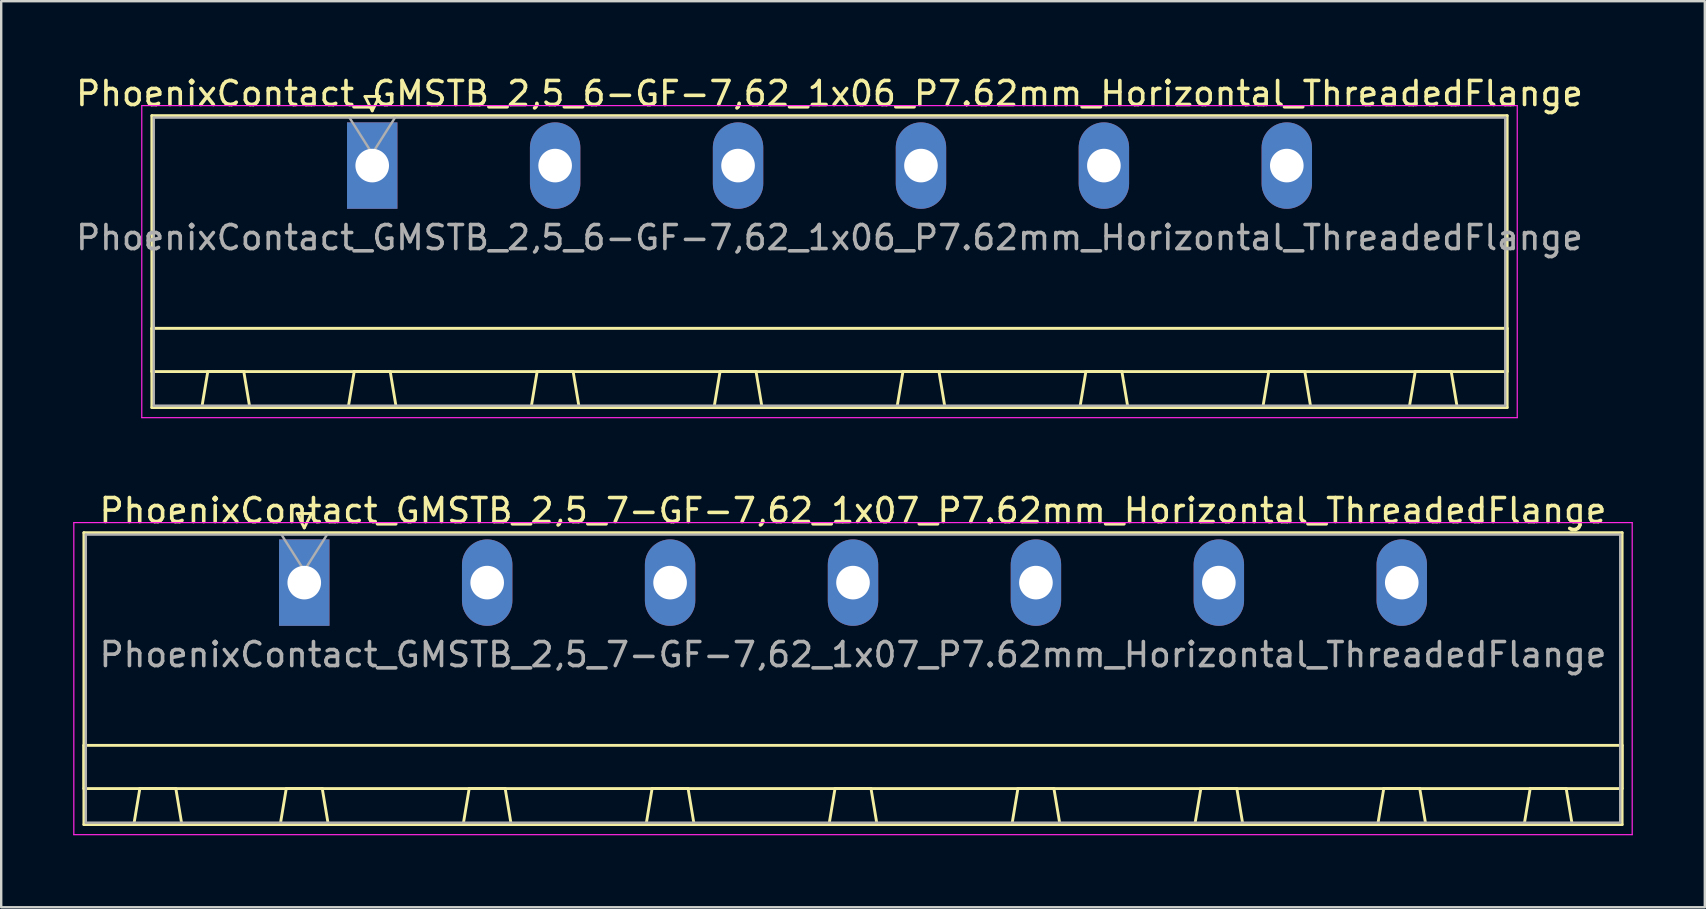
<source format=kicad_pcb>
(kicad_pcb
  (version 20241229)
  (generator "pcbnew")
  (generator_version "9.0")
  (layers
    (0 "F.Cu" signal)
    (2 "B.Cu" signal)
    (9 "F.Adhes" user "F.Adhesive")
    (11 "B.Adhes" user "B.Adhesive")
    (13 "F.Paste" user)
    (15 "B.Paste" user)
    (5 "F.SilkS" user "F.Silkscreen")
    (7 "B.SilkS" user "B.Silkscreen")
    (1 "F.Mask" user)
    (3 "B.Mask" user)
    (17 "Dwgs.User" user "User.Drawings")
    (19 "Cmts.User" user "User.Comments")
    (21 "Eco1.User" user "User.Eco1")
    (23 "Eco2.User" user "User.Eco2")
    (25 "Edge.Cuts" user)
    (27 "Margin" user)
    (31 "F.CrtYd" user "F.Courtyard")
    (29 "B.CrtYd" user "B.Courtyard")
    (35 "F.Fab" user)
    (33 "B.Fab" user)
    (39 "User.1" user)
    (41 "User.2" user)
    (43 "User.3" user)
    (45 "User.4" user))
  (footprint "PhoenixContact_GMSTB_2,5_6-GF-7,62_1x06_P7.62mm_Horizontal_ThreadedFlange"
    (layer "F.Cu")
    (at 12.456 3.848)
    (property "Reference" "PhoenixContact_GMSTB_2,5_6-GF-7,62_1x06_P7.62mm_Horizontal_ThreadedFlange" (at 19.05 -3 0) (layer "F.SilkS") (effects (font (size 1 1) (thickness 0.15))))
    (attr through_hole)
    (fp_line (start -9.18 -2.08) (end -9.18 10.08) (stroke (width 0.12) (type solid)) (layer "F.SilkS"))
    (fp_line (start -9.18 6.78) (end 47.28 6.78) (stroke (width 0.12) (type solid)) (layer "F.SilkS"))
    (fp_line (start -9.18 8.58) (end -9.18 6.78) (stroke (width 0.12) (type solid)) (layer "F.SilkS"))
    (fp_line (start -9.18 10.08) (end 47.28 10.08) (stroke (width 0.12) (type solid)) (layer "F.SilkS"))
    (fp_line (start -7.1 10.08) (end -5.1 10.08) (stroke (width 0.12) (type solid)) (layer "F.SilkS"))
    (fp_line (start -6.85 8.58) (end -7.1 10.08) (stroke (width 0.12) (type solid)) (layer "F.SilkS"))
    (fp_line (start -5.35 8.58) (end -6.85 8.58) (stroke (width 0.12) (type solid)) (layer "F.SilkS"))
    (fp_line (start -5.1 10.08) (end -5.35 8.58) (stroke (width 0.12) (type solid)) (layer "F.SilkS"))
    (fp_line (start -1 10.08) (end 1 10.08) (stroke (width 0.12) (type solid)) (layer "F.SilkS"))
    (fp_line (start -0.75 8.58) (end -1 10.08) (stroke (width 0.12) (type solid)) (layer "F.SilkS"))
    (fp_line (start -0.3 -2.88) (end 0.3 -2.88) (stroke (width 0.12) (type solid)) (layer "F.SilkS"))
    (fp_line (start 0 -2.28) (end -0.3 -2.88) (stroke (width 0.12) (type solid)) (layer "F.SilkS"))
    (fp_line (start 0.3 -2.88) (end 0 -2.28) (stroke (width 0.12) (type solid)) (layer "F.SilkS"))
    (fp_line (start 0.75 8.58) (end -0.75 8.58) (stroke (width 0.12) (type solid)) (layer "F.SilkS"))
    (fp_line (start 1 10.08) (end 0.75 8.58) (stroke (width 0.12) (type solid)) (layer "F.SilkS"))
    (fp_line (start 6.62 10.08) (end 8.62 10.08) (stroke (width 0.12) (type solid)) (layer "F.SilkS"))
    (fp_line (start 6.87 8.58) (end 6.62 10.08) (stroke (width 0.12) (type solid)) (layer "F.SilkS"))
    (fp_line (start 8.37 8.58) (end 6.87 8.58) (stroke (width 0.12) (type solid)) (layer "F.SilkS"))
    (fp_line (start 8.62 10.08) (end 8.37 8.58) (stroke (width 0.12) (type solid)) (layer "F.SilkS"))
    (fp_line (start 14.24 10.08) (end 16.24 10.08) (stroke (width 0.12) (type solid)) (layer "F.SilkS"))
    (fp_line (start 14.49 8.58) (end 14.24 10.08) (stroke (width 0.12) (type solid)) (layer "F.SilkS"))
    (fp_line (start 15.99 8.58) (end 14.49 8.58) (stroke (width 0.12) (type solid)) (layer "F.SilkS"))
    (fp_line (start 16.24 10.08) (end 15.99 8.58) (stroke (width 0.12) (type solid)) (layer "F.SilkS"))
    (fp_line (start 21.86 10.08) (end 23.86 10.08) (stroke (width 0.12) (type solid)) (layer "F.SilkS"))
    (fp_line (start 22.11 8.58) (end 21.86 10.08) (stroke (width 0.12) (type solid)) (layer "F.SilkS"))
    (fp_line (start 23.61 8.58) (end 22.11 8.58) (stroke (width 0.12) (type solid)) (layer "F.SilkS"))
    (fp_line (start 23.86 10.08) (end 23.61 8.58) (stroke (width 0.12) (type solid)) (layer "F.SilkS"))
    (fp_line (start 29.48 10.08) (end 31.48 10.08) (stroke (width 0.12) (type solid)) (layer "F.SilkS"))
    (fp_line (start 29.73 8.58) (end 29.48 10.08) (stroke (width 0.12) (type solid)) (layer "F.SilkS"))
    (fp_line (start 31.23 8.58) (end 29.73 8.58) (stroke (width 0.12) (type solid)) (layer "F.SilkS"))
    (fp_line (start 31.48 10.08) (end 31.23 8.58) (stroke (width 0.12) (type solid)) (layer "F.SilkS"))
    (fp_line (start 37.1 10.08) (end 39.1 10.08) (stroke (width 0.12) (type solid)) (layer "F.SilkS"))
    (fp_line (start 37.35 8.58) (end 37.1 10.08) (stroke (width 0.12) (type solid)) (layer "F.SilkS"))
    (fp_line (start 38.85 8.58) (end 37.35 8.58) (stroke (width 0.12) (type solid)) (layer "F.SilkS"))
    (fp_line (start 39.1 10.08) (end 38.85 8.58) (stroke (width 0.12) (type solid)) (layer "F.SilkS"))
    (fp_line (start 43.2 10.08) (end 45.2 10.08) (stroke (width 0.12) (type solid)) (layer "F.SilkS"))
    (fp_line (start 43.45 8.58) (end 43.2 10.08) (stroke (width 0.12) (type solid)) (layer "F.SilkS"))
    (fp_line (start 44.95 8.58) (end 43.45 8.58) (stroke (width 0.12) (type solid)) (layer "F.SilkS"))
    (fp_line (start 45.2 10.08) (end 44.95 8.58) (stroke (width 0.12) (type solid)) (layer "F.SilkS"))
    (fp_line (start 47.28 -2.08) (end -9.18 -2.08) (stroke (width 0.12) (type solid)) (layer "F.SilkS"))
    (fp_line (start 47.28 6.78) (end 47.28 8.58) (stroke (width 0.12) (type solid)) (layer "F.SilkS"))
    (fp_line (start 47.28 8.58) (end -9.18 8.58) (stroke (width 0.12) (type solid)) (layer "F.SilkS"))
    (fp_line (start 47.28 10.08) (end 47.28 -2.08) (stroke (width 0.12) (type solid)) (layer "F.SilkS"))
    (fp_line (start -9.6 -2.5) (end -9.6 10.5) (stroke (width 0.05) (type solid)) (layer "F.CrtYd"))
    (fp_line (start -9.6 10.5) (end 47.7 10.5) (stroke (width 0.05) (type solid)) (layer "F.CrtYd"))
    (fp_line (start 47.7 -2.5) (end -9.6 -2.5) (stroke (width 0.05) (type solid)) (layer "F.CrtYd"))
    (fp_line (start 47.7 10.5) (end 47.7 -2.5) (stroke (width 0.05) (type solid)) (layer "F.CrtYd"))
    (fp_line (start -9.1 -2) (end -9.1 10) (stroke (width 0.1) (type solid)) (layer "F.Fab"))
    (fp_line (start -9.1 10) (end 47.2 10) (stroke (width 0.1) (type solid)) (layer "F.Fab"))
    (fp_line (start 0 -0.5) (end -0.95 -2) (stroke (width 0.1) (type solid)) (layer "F.Fab"))
    (fp_line (start 0.95 -2) (end 0 -0.5) (stroke (width 0.1) (type solid)) (layer "F.Fab"))
    (fp_line (start 47.2 -2) (end -9.1 -2) (stroke (width 0.1) (type solid)) (layer "F.Fab"))
    (fp_line (start 47.2 10) (end 47.2 -2) (stroke (width 0.1) (type solid)) (layer "F.Fab"))
    (fp_text user "${REFERENCE}" (at 19.05 3 0) (layer "F.Fab") (effects (font (size 1 1) (thickness 0.15))))
    (pad "1" thru_hole rect (at 0 0) (size 2.1 3.6) (drill 1.4) (layers "*.Cu" "*.Mask"))
    (pad "2" thru_hole oval (at 7.62 0) (size 2.1 3.6) (drill 1.4) (layers "*.Cu" "*.Mask"))
    (pad "3" thru_hole oval (at 15.24 0) (size 2.1 3.6) (drill 1.4) (layers "*.Cu" "*.Mask"))
    (pad "4" thru_hole oval (at 22.86 0) (size 2.1 3.6) (drill 1.4) (layers "*.Cu" "*.Mask"))
    (pad "5" thru_hole oval (at 30.48 0) (size 2.1 3.6) (drill 1.4) (layers "*.Cu" "*.Mask"))
    (pad "6" thru_hole oval (at 38.1 0) (size 2.1 3.6) (drill 1.4) (layers "*.Cu" "*.Mask")))
  (footprint "PhoenixContact_GMSTB_2,5_7-GF-7,62_1x07_P7.62mm_Horizontal_ThreadedFlange"
    (layer "F.Cu")
    (at 9.625 21.221)
    (property "Reference" "PhoenixContact_GMSTB_2,5_7-GF-7,62_1x07_P7.62mm_Horizontal_ThreadedFlange" (at 22.86 -3 0) (layer "F.SilkS") (effects (font (size 1 1) (thickness 0.15))))
    (attr through_hole)
    (fp_line (start -9.18 -2.08) (end -9.18 10.08) (stroke (width 0.12) (type solid)) (layer "F.SilkS"))
    (fp_line (start -9.18 6.78) (end 54.9 6.78) (stroke (width 0.12) (type solid)) (layer "F.SilkS"))
    (fp_line (start -9.18 8.58) (end -9.18 6.78) (stroke (width 0.12) (type solid)) (layer "F.SilkS"))
    (fp_line (start -9.18 10.08) (end 54.9 10.08) (stroke (width 0.12) (type solid)) (layer "F.SilkS"))
    (fp_line (start -7.1 10.08) (end -5.1 10.08) (stroke (width 0.12) (type solid)) (layer "F.SilkS"))
    (fp_line (start -6.85 8.58) (end -7.1 10.08) (stroke (width 0.12) (type solid)) (layer "F.SilkS"))
    (fp_line (start -5.35 8.58) (end -6.85 8.58) (stroke (width 0.12) (type solid)) (layer "F.SilkS"))
    (fp_line (start -5.1 10.08) (end -5.35 8.58) (stroke (width 0.12) (type solid)) (layer "F.SilkS"))
    (fp_line (start -1 10.08) (end 1 10.08) (stroke (width 0.12) (type solid)) (layer "F.SilkS"))
    (fp_line (start -0.75 8.58) (end -1 10.08) (stroke (width 0.12) (type solid)) (layer "F.SilkS"))
    (fp_line (start -0.3 -2.88) (end 0.3 -2.88) (stroke (width 0.12) (type solid)) (layer "F.SilkS"))
    (fp_line (start 0 -2.28) (end -0.3 -2.88) (stroke (width 0.12) (type solid)) (layer "F.SilkS"))
    (fp_line (start 0.3 -2.88) (end 0 -2.28) (stroke (width 0.12) (type solid)) (layer "F.SilkS"))
    (fp_line (start 0.75 8.58) (end -0.75 8.58) (stroke (width 0.12) (type solid)) (layer "F.SilkS"))
    (fp_line (start 1 10.08) (end 0.75 8.58) (stroke (width 0.12) (type solid)) (layer "F.SilkS"))
    (fp_line (start 6.62 10.08) (end 8.62 10.08) (stroke (width 0.12) (type solid)) (layer "F.SilkS"))
    (fp_line (start 6.87 8.58) (end 6.62 10.08) (stroke (width 0.12) (type solid)) (layer "F.SilkS"))
    (fp_line (start 8.37 8.58) (end 6.87 8.58) (stroke (width 0.12) (type solid)) (layer "F.SilkS"))
    (fp_line (start 8.62 10.08) (end 8.37 8.58) (stroke (width 0.12) (type solid)) (layer "F.SilkS"))
    (fp_line (start 14.24 10.08) (end 16.24 10.08) (stroke (width 0.12) (type solid)) (layer "F.SilkS"))
    (fp_line (start 14.49 8.58) (end 14.24 10.08) (stroke (width 0.12) (type solid)) (layer "F.SilkS"))
    (fp_line (start 15.99 8.58) (end 14.49 8.58) (stroke (width 0.12) (type solid)) (layer "F.SilkS"))
    (fp_line (start 16.24 10.08) (end 15.99 8.58) (stroke (width 0.12) (type solid)) (layer "F.SilkS"))
    (fp_line (start 21.86 10.08) (end 23.86 10.08) (stroke (width 0.12) (type solid)) (layer "F.SilkS"))
    (fp_line (start 22.11 8.58) (end 21.86 10.08) (stroke (width 0.12) (type solid)) (layer "F.SilkS"))
    (fp_line (start 23.61 8.58) (end 22.11 8.58) (stroke (width 0.12) (type solid)) (layer "F.SilkS"))
    (fp_line (start 23.86 10.08) (end 23.61 8.58) (stroke (width 0.12) (type solid)) (layer "F.SilkS"))
    (fp_line (start 29.48 10.08) (end 31.48 10.08) (stroke (width 0.12) (type solid)) (layer "F.SilkS"))
    (fp_line (start 29.73 8.58) (end 29.48 10.08) (stroke (width 0.12) (type solid)) (layer "F.SilkS"))
    (fp_line (start 31.23 8.58) (end 29.73 8.58) (stroke (width 0.12) (type solid)) (layer "F.SilkS"))
    (fp_line (start 31.48 10.08) (end 31.23 8.58) (stroke (width 0.12) (type solid)) (layer "F.SilkS"))
    (fp_line (start 37.1 10.08) (end 39.1 10.08) (stroke (width 0.12) (type solid)) (layer "F.SilkS"))
    (fp_line (start 37.35 8.58) (end 37.1 10.08) (stroke (width 0.12) (type solid)) (layer "F.SilkS"))
    (fp_line (start 38.85 8.58) (end 37.35 8.58) (stroke (width 0.12) (type solid)) (layer "F.SilkS"))
    (fp_line (start 39.1 10.08) (end 38.85 8.58) (stroke (width 0.12) (type solid)) (layer "F.SilkS"))
    (fp_line (start 44.72 10.08) (end 46.72 10.08) (stroke (width 0.12) (type solid)) (layer "F.SilkS"))
    (fp_line (start 44.97 8.58) (end 44.72 10.08) (stroke (width 0.12) (type solid)) (layer "F.SilkS"))
    (fp_line (start 46.47 8.58) (end 44.97 8.58) (stroke (width 0.12) (type solid)) (layer "F.SilkS"))
    (fp_line (start 46.72 10.08) (end 46.47 8.58) (stroke (width 0.12) (type solid)) (layer "F.SilkS"))
    (fp_line (start 50.82 10.08) (end 52.82 10.08) (stroke (width 0.12) (type solid)) (layer "F.SilkS"))
    (fp_line (start 51.07 8.58) (end 50.82 10.08) (stroke (width 0.12) (type solid)) (layer "F.SilkS"))
    (fp_line (start 52.57 8.58) (end 51.07 8.58) (stroke (width 0.12) (type solid)) (layer "F.SilkS"))
    (fp_line (start 52.82 10.08) (end 52.57 8.58) (stroke (width 0.12) (type solid)) (layer "F.SilkS"))
    (fp_line (start 54.9 -2.08) (end -9.18 -2.08) (stroke (width 0.12) (type solid)) (layer "F.SilkS"))
    (fp_line (start 54.9 6.78) (end 54.9 8.58) (stroke (width 0.12) (type solid)) (layer "F.SilkS"))
    (fp_line (start 54.9 8.58) (end -9.18 8.58) (stroke (width 0.12) (type solid)) (layer "F.SilkS"))
    (fp_line (start 54.9 10.08) (end 54.9 -2.08) (stroke (width 0.12) (type solid)) (layer "F.SilkS"))
    (fp_line (start -9.6 -2.5) (end -9.6 10.5) (stroke (width 0.05) (type solid)) (layer "F.CrtYd"))
    (fp_line (start -9.6 10.5) (end 55.32 10.5) (stroke (width 0.05) (type solid)) (layer "F.CrtYd"))
    (fp_line (start 55.32 -2.5) (end -9.6 -2.5) (stroke (width 0.05) (type solid)) (layer "F.CrtYd"))
    (fp_line (start 55.32 10.5) (end 55.32 -2.5) (stroke (width 0.05) (type solid)) (layer "F.CrtYd"))
    (fp_line (start -9.1 -2) (end -9.1 10) (stroke (width 0.1) (type solid)) (layer "F.Fab"))
    (fp_line (start -9.1 10) (end 54.82 10) (stroke (width 0.1) (type solid)) (layer "F.Fab"))
    (fp_line (start 0 -0.5) (end -0.95 -2) (stroke (width 0.1) (type solid)) (layer "F.Fab"))
    (fp_line (start 0.95 -2) (end 0 -0.5) (stroke (width 0.1) (type solid)) (layer "F.Fab"))
    (fp_line (start 54.82 -2) (end -9.1 -2) (stroke (width 0.1) (type solid)) (layer "F.Fab"))
    (fp_line (start 54.82 10) (end 54.82 -2) (stroke (width 0.1) (type solid)) (layer "F.Fab"))
    (fp_text user "${REFERENCE}" (at 22.86 3 0) (layer "F.Fab") (effects (font (size 1 1) (thickness 0.15))))
    (pad "1" thru_hole rect (at 0 0) (size 2.1 3.6) (drill 1.4) (layers "*.Cu" "*.Mask"))
    (pad "2" thru_hole oval (at 7.62 0) (size 2.1 3.6) (drill 1.4) (layers "*.Cu" "*.Mask"))
    (pad "3" thru_hole oval (at 15.24 0) (size 2.1 3.6) (drill 1.4) (layers "*.Cu" "*.Mask"))
    (pad "4" thru_hole oval (at 22.86 0) (size 2.1 3.6) (drill 1.4) (layers "*.Cu" "*.Mask"))
    (pad "5" thru_hole oval (at 30.48 0) (size 2.1 3.6) (drill 1.4) (layers "*.Cu" "*.Mask"))
    (pad "6" thru_hole oval (at 38.1 0) (size 2.1 3.6) (drill 1.4) (layers "*.Cu" "*.Mask"))
    (pad "7" thru_hole oval (at 45.72 0) (size 2.1 3.6) (drill 1.4) (layers "*.Cu" "*.Mask")))
  (gr_rect
    (start -3 -3)
    (end 67.97 34.746)
    (stroke (width 0.1) (type default))
    (fill no)
    (layer "Edge.Cuts")))
</source>
